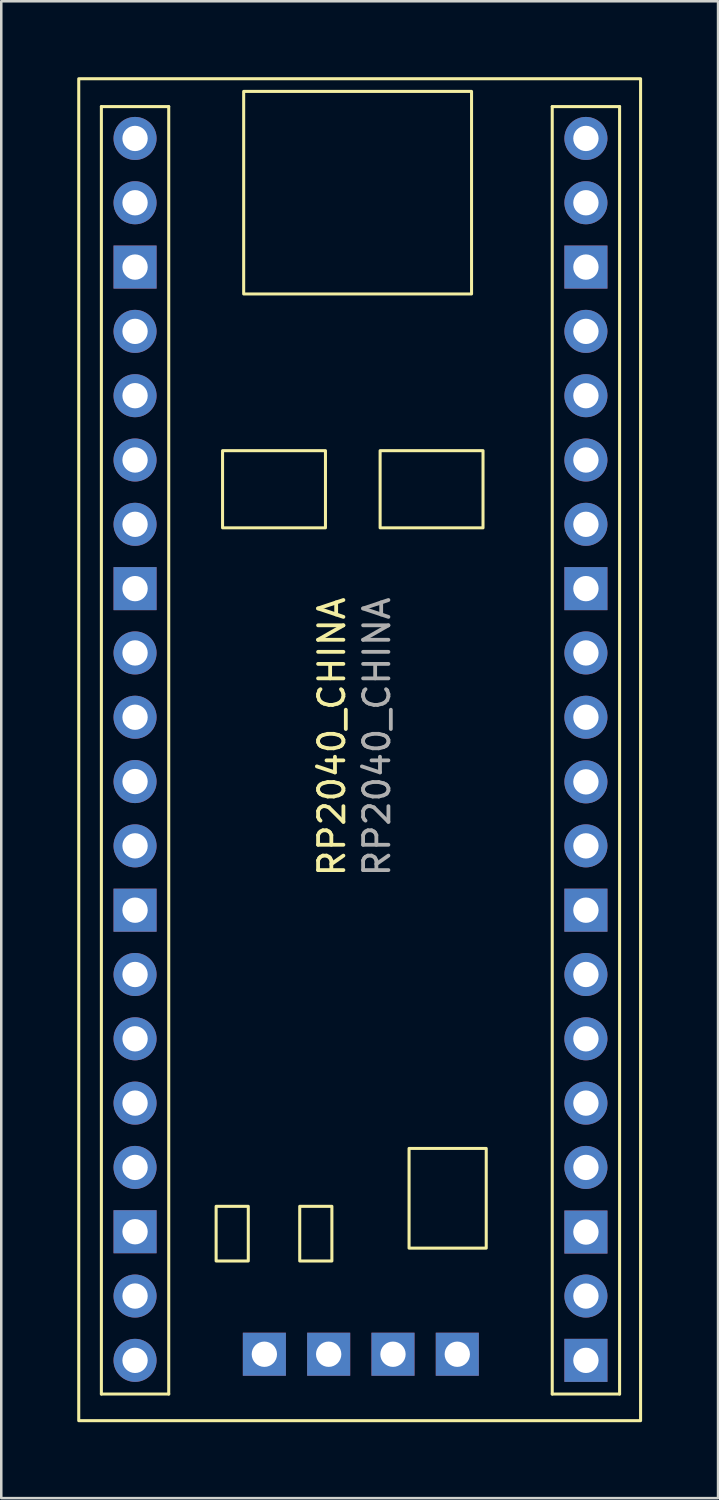
<source format=kicad_pcb>
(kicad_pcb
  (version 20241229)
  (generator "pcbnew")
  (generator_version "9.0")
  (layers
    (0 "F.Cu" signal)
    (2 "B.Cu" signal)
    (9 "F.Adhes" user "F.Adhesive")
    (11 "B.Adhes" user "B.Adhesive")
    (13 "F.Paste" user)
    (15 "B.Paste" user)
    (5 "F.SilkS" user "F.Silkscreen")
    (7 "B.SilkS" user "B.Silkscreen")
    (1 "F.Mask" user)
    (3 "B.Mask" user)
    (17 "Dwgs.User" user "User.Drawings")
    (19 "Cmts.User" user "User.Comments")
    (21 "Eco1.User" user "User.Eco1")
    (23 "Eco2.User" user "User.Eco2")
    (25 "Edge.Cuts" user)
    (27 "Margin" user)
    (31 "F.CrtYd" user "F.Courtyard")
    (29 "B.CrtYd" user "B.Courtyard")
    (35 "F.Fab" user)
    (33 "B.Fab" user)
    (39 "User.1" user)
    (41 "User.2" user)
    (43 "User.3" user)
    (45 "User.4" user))
  (footprint "RP2040_CHINA"
    (layer "F.Cu")
    (at 11.074 26.56)
    (property "Reference" "RP2040_CHINA" (at -1.016 -0.508 90) (unlocked yes) (layer "F.SilkS") (effects (font (size 1 1) (thickness 0.15))))
    (attr through_hole)
    (fp_line (start -10.12 -25.4) (end -10.12 25.448) (stroke (width 0.12) (type solid)) (layer "F.SilkS"))
    (fp_line (start -10.12 -25.4) (end -7.46 -25.4) (stroke (width 0.12) (type solid)) (layer "F.SilkS"))
    (fp_line (start -10.12 25.448) (end -7.46 25.448) (stroke (width 0.12) (type solid)) (layer "F.SilkS"))
    (fp_line (start -7.46 -25.4) (end -7.46 25.448) (stroke (width 0.12) (type solid)) (layer "F.SilkS"))
    (fp_line (start 7.687 -25.4) (end 7.687 25.448) (stroke (width 0.12) (type solid)) (layer "F.SilkS"))
    (fp_line (start 7.687 -25.4) (end 10.347 -25.4) (stroke (width 0.12) (type solid)) (layer "F.SilkS"))
    (fp_line (start 7.687 25.448) (end 10.347 25.448) (stroke (width 0.12) (type solid)) (layer "F.SilkS"))
    (fp_line (start 10.347 -25.4) (end 10.347 25.448) (stroke (width 0.12) (type solid)) (layer "F.SilkS"))
    (fp_rect (start -11.014 -26.5) (end 11.176 26.5) (stroke (width 0.12) (type solid)) (fill no) (layer "F.SilkS"))
    (fp_rect (start -5.588 20.193) (end -4.318 18.034) (stroke (width 0.12) (type solid)) (fill no) (layer "F.SilkS"))
    (fp_rect (start -4.5 -26) (end 4.5 -18) (stroke (width 0.12) (type solid)) (fill no) (layer "F.SilkS"))
    (fp_rect (start -2.286 20.193) (end -1.016 18.034) (stroke (width 0.12) (type solid)) (fill no) (layer "F.SilkS"))
    (fp_rect (start -1.27 -11.811) (end -5.334 -8.763) (stroke (width 0.12) (type solid)) (fill no) (layer "F.SilkS"))
    (fp_rect (start 4.953 -11.811) (end 0.889 -8.763) (stroke (width 0.12) (type solid)) (fill no) (layer "F.SilkS"))
    (fp_rect (start 5.08 19.685) (end 2.032 15.748) (stroke (width 0.12) (type solid)) (fill no) (layer "F.SilkS"))
    (fp_text user "${REFERENCE}" (at 0.762 -0.508 90) (unlocked yes) (layer "F.Fab") (effects (font (size 1 1) (thickness 0.15))))
    (pad "1" thru_hole circle (at -8.79 -24.142) (size 1.7 1.7) (drill 1) (layers "*.Cu" "*.Mask"))
    (pad "2" thru_hole oval (at -8.79 -21.602) (size 1.7 1.7) (drill 1) (layers "*.Cu" "*.Mask"))
    (pad "3" thru_hole rect (at -8.79 -19.062) (size 1.7 1.7) (drill 1) (layers "*.Cu" "*.Mask"))
    (pad "4" thru_hole oval (at -8.79 -16.522) (size 1.7 1.7) (drill 1) (layers "*.Cu" "*.Mask"))
    (pad "5" thru_hole oval (at -8.79 -13.982) (size 1.7 1.7) (drill 1) (layers "*.Cu" "*.Mask"))
    (pad "6" thru_hole oval (at -8.79 -11.442) (size 1.7 1.7) (drill 1) (layers "*.Cu" "*.Mask"))
    (pad "7" thru_hole oval (at -8.79 -8.902) (size 1.7 1.7) (drill 1) (layers "*.Cu" "*.Mask"))
    (pad "8" thru_hole rect (at -8.79 -6.362) (size 1.7 1.7) (drill 1) (layers "*.Cu" "*.Mask"))
    (pad "9" thru_hole oval (at -8.79 -3.822) (size 1.7 1.7) (drill 1) (layers "*.Cu" "*.Mask"))
    (pad "10" thru_hole oval (at -8.79 -1.282) (size 1.7 1.7) (drill 1) (layers "*.Cu" "*.Mask"))
    (pad "11" thru_hole oval (at -8.79 1.258) (size 1.7 1.7) (drill 1) (layers "*.Cu" "*.Mask"))
    (pad "12" thru_hole oval (at -8.79 3.798) (size 1.7 1.7) (drill 1) (layers "*.Cu" "*.Mask"))
    (pad "13" thru_hole rect (at -8.79 6.338) (size 1.7 1.7) (drill 1) (layers "*.Cu" "*.Mask"))
    (pad "14" thru_hole oval (at -8.79 8.878) (size 1.7 1.7) (drill 1) (layers "*.Cu" "*.Mask"))
    (pad "15" thru_hole oval (at -8.79 11.418) (size 1.7 1.7) (drill 1) (layers "*.Cu" "*.Mask"))
    (pad "16" thru_hole oval (at -8.79 13.958) (size 1.7 1.7) (drill 1) (layers "*.Cu" "*.Mask"))
    (pad "17" thru_hole oval (at -8.79 16.498) (size 1.7 1.7) (drill 1) (layers "*.Cu" "*.Mask"))
    (pad "18" thru_hole rect (at -8.79 19.038) (size 1.7 1.7) (drill 1) (layers "*.Cu" "*.Mask"))
    (pad "19" thru_hole oval (at -8.79 21.578) (size 1.7 1.7) (drill 1) (layers "*.Cu" "*.Mask"))
    (pad "20" thru_hole oval (at -8.79 24.118) (size 1.7 1.7) (drill 1) (layers "*.Cu" "*.Mask"))
    (pad "21" thru_hole rect (at 9.017 24.118) (size 1.7 1.7) (drill 1) (layers "*.Cu" "*.Mask"))
    (pad "22" thru_hole oval (at 9.017 21.578) (size 1.7 1.7) (drill 1) (layers "*.Cu" "*.Mask"))
    (pad "23" thru_hole rect (at 9.017 19.05) (size 1.7 1.7) (drill 1) (layers "*.Cu" "*.Mask"))
    (pad "24" thru_hole oval (at 9.017 16.498) (size 1.7 1.7) (drill 1) (layers "*.Cu" "*.Mask"))
    (pad "25" thru_hole oval (at 9.017 13.958) (size 1.7 1.7) (drill 1) (layers "*.Cu" "*.Mask"))
    (pad "26" thru_hole oval (at 9.017 11.418) (size 1.7 1.7) (drill 1) (layers "*.Cu" "*.Mask"))
    (pad "27" thru_hole oval (at 9.017 8.878) (size 1.7 1.7) (drill 1) (layers "*.Cu" "*.Mask"))
    (pad "28" thru_hole rect (at 9.017 6.338) (size 1.7 1.7) (drill 1) (layers "*.Cu" "*.Mask"))
    (pad "29" thru_hole oval (at 9.017 3.798) (size 1.7 1.7) (drill 1) (layers "*.Cu" "*.Mask"))
    (pad "30" thru_hole oval (at 9.017 1.27) (size 1.7 1.7) (drill 1) (layers "*.Cu" "*.Mask"))
    (pad "31" thru_hole oval (at 9.017 -1.282) (size 1.7 1.7) (drill 1) (layers "*.Cu" "*.Mask"))
    (pad "32" thru_hole oval (at 9.017 -3.822) (size 1.7 1.7) (drill 1) (layers "*.Cu" "*.Mask"))
    (pad "33" thru_hole rect (at 9.017 -6.362) (size 1.7 1.7) (drill 1) (layers "*.Cu" "*.Mask"))
    (pad "34" thru_hole oval (at 9.017 -8.902) (size 1.7 1.7) (drill 1) (layers "*.Cu" "*.Mask"))
    (pad "35" thru_hole oval (at 9.017 -11.442) (size 1.7 1.7) (drill 1) (layers "*.Cu" "*.Mask"))
    (pad "36" thru_hole oval (at 9.017 -13.982) (size 1.7 1.7) (drill 1) (layers "*.Cu" "*.Mask"))
    (pad "37" thru_hole oval (at 9.017 -16.522) (size 1.7 1.7) (drill 1) (layers "*.Cu" "*.Mask"))
    (pad "38" thru_hole rect (at 9.017 -19.062) (size 1.7 1.7) (drill 1) (layers "*.Cu" "*.Mask"))
    (pad "39" thru_hole oval (at 9.017 -21.602) (size 1.7 1.7) (drill 1) (layers "*.Cu" "*.Mask"))
    (pad "40" thru_hole circle (at 9.017 -24.142) (size 1.7 1.7) (drill 1) (layers "*.Cu" "*.Mask"))
    (pad "41" thru_hole rect (at -3.683 23.876 90) (size 1.7 1.7) (drill 1) (layers "*.Cu" "*.Mask"))
    (pad "42" thru_hole rect (at -1.143 23.876 90) (size 1.7 1.7) (drill 1) (layers "*.Cu" "*.Mask"))
    (pad "43" thru_hole rect (at 1.397 23.876 90) (size 1.7 1.7) (drill 1) (layers "*.Cu" "*.Mask"))
    (pad "44" thru_hole rect (at 3.937 23.876 90) (size 1.7 1.7) (drill 1) (layers "*.Cu" "*.Mask")))
  (gr_rect
    (start -3 -3)
    (end 25.31 56.12)
    (stroke (width 0.1) (type default))
    (fill no)
    (layer "Edge.Cuts")))
</source>
